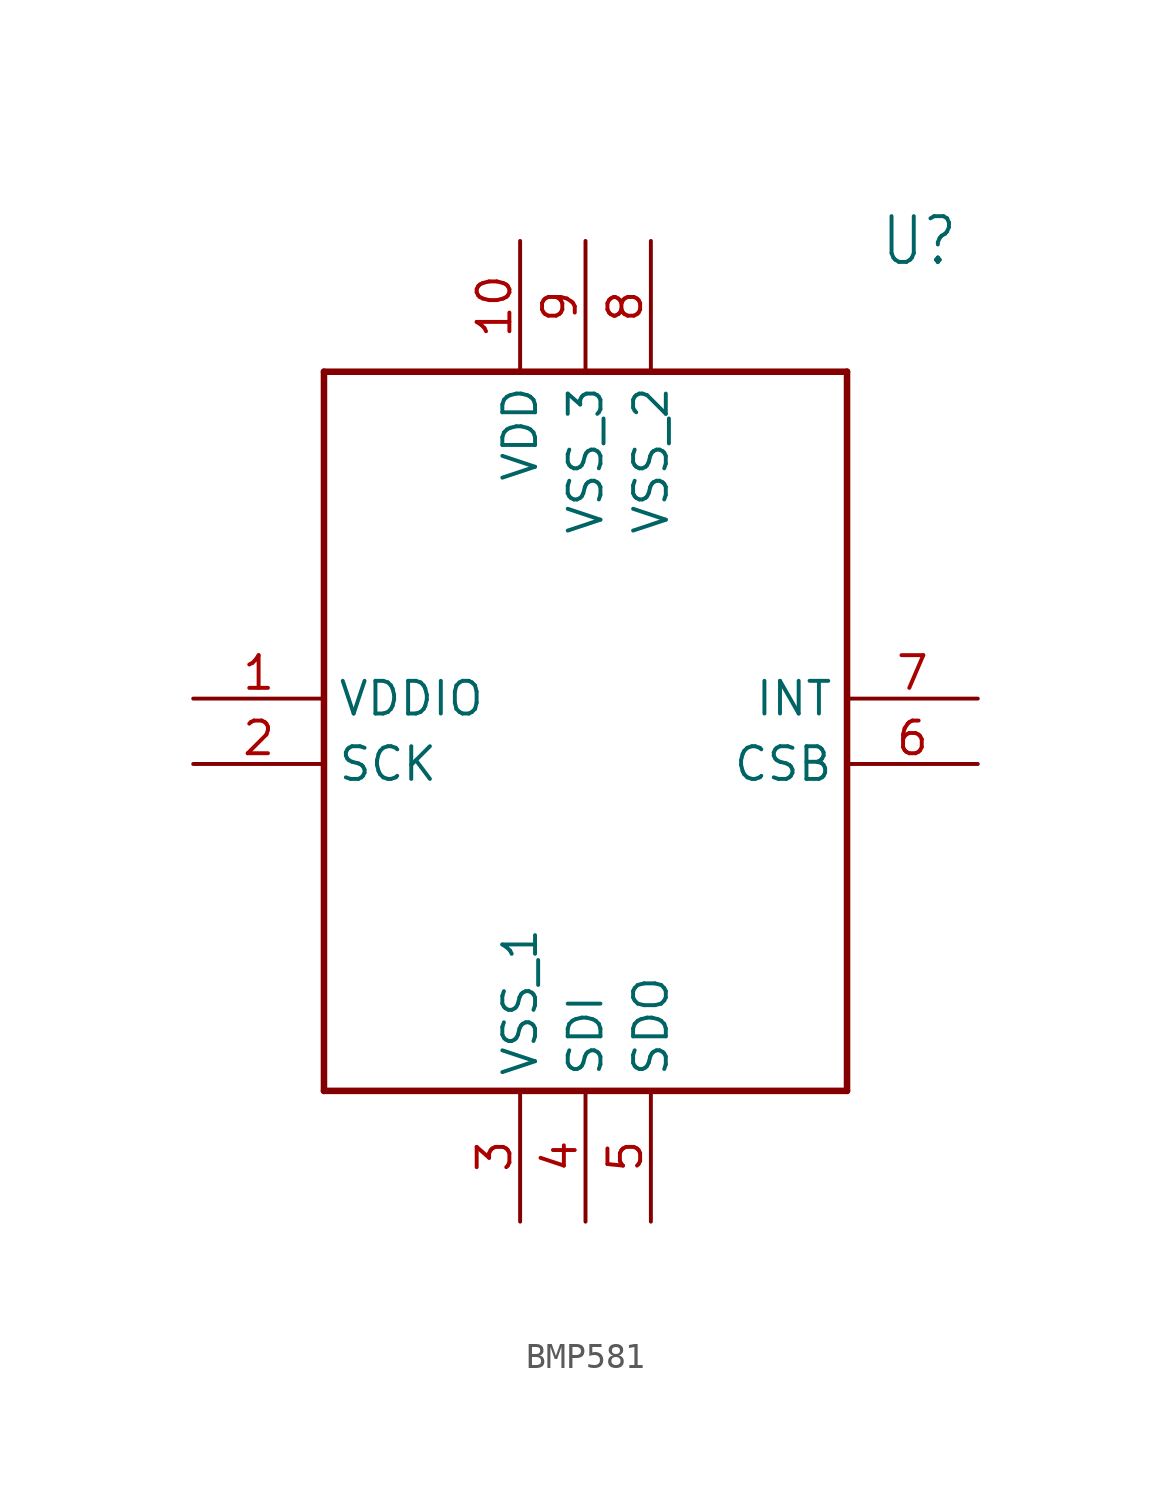
<source format=kicad_sym>
(kicad_symbol_lib
  (version 20231120)
  (generator "kicad_symbol_editor")
  (generator_version "8.0")
  (symbol "BMP581"
    (property "Reference" "U"
      (at 26.67 17.78 0)
      (effects (font (size 1.778 1.511)) (justify left)))
    (property "Value" ""
      (at 26.67 15.24 0)
      (effects (font (size 1.778 1.511)) (justify left)))
    (property "ki_locked" ""
      (at 0 0 0)
      (effects (font (size 1.27 1.27))))
    (symbol "BMP581_1_0"
      (polyline (pts (xy 5.08 12.7) (xy 5.08 -15.24)) (stroke (width 0.254) (type solid)) (fill (type none)))
      (polyline (pts (xy 5.08 12.7) (xy 25.4 12.7)) (stroke (width 0.254) (type solid)) (fill (type none)))
      (polyline (pts (xy 25.4 -15.24) (xy 5.08 -15.24)) (stroke (width 0.254) (type solid)) (fill (type none)))
      (polyline (pts (xy 25.4 -15.24) (xy 25.4 12.7)) (stroke (width 0.254) (type solid)) (fill (type none)))
      (pin bidirectional line (at 0 0 0) (length 5.08) (name "VDDIO" (effects (font (size 1.27 1.27)))) (number "1" (effects (font (size 1.27 1.27)))))
      (pin bidirectional line (at 12.7 17.78 270) (length 5.08) (name "VDD" (effects (font (size 1.27 1.27)))) (number "10" (effects (font (size 1.27 1.27)))))
      (pin bidirectional line (at 0 -2.54 0) (length 5.08) (name "SCK" (effects (font (size 1.27 1.27)))) (number "2" (effects (font (size 1.27 1.27)))))
      (pin bidirectional line (at 12.7 -20.32 90) (length 5.08) (name "VSS_1" (effects (font (size 1.27 1.27)))) (number "3" (effects (font (size 1.27 1.27)))))
      (pin bidirectional line (at 15.24 -20.32 90) (length 5.08) (name "SDI" (effects (font (size 1.27 1.27)))) (number "4" (effects (font (size 1.27 1.27)))))
      (pin bidirectional line (at 17.78 -20.32 90) (length 5.08) (name "SDO" (effects (font (size 1.27 1.27)))) (number "5" (effects (font (size 1.27 1.27)))))
      (pin bidirectional line (at 30.48 -2.54 180) (length 5.08) (name "CSB" (effects (font (size 1.27 1.27)))) (number "6" (effects (font (size 1.27 1.27)))))
      (pin bidirectional line (at 30.48 0 180) (length 5.08) (name "INT" (effects (font (size 1.27 1.27)))) (number "7" (effects (font (size 1.27 1.27)))))
      (pin bidirectional line (at 17.78 17.78 270) (length 5.08) (name "VSS_2" (effects (font (size 1.27 1.27)))) (number "8" (effects (font (size 1.27 1.27)))))
      (pin bidirectional line (at 15.24 17.78 270) (length 5.08) (name "VSS_3" (effects (font (size 1.27 1.27)))) (number "9" (effects (font (size 1.27 1.27))))))))
</source>
